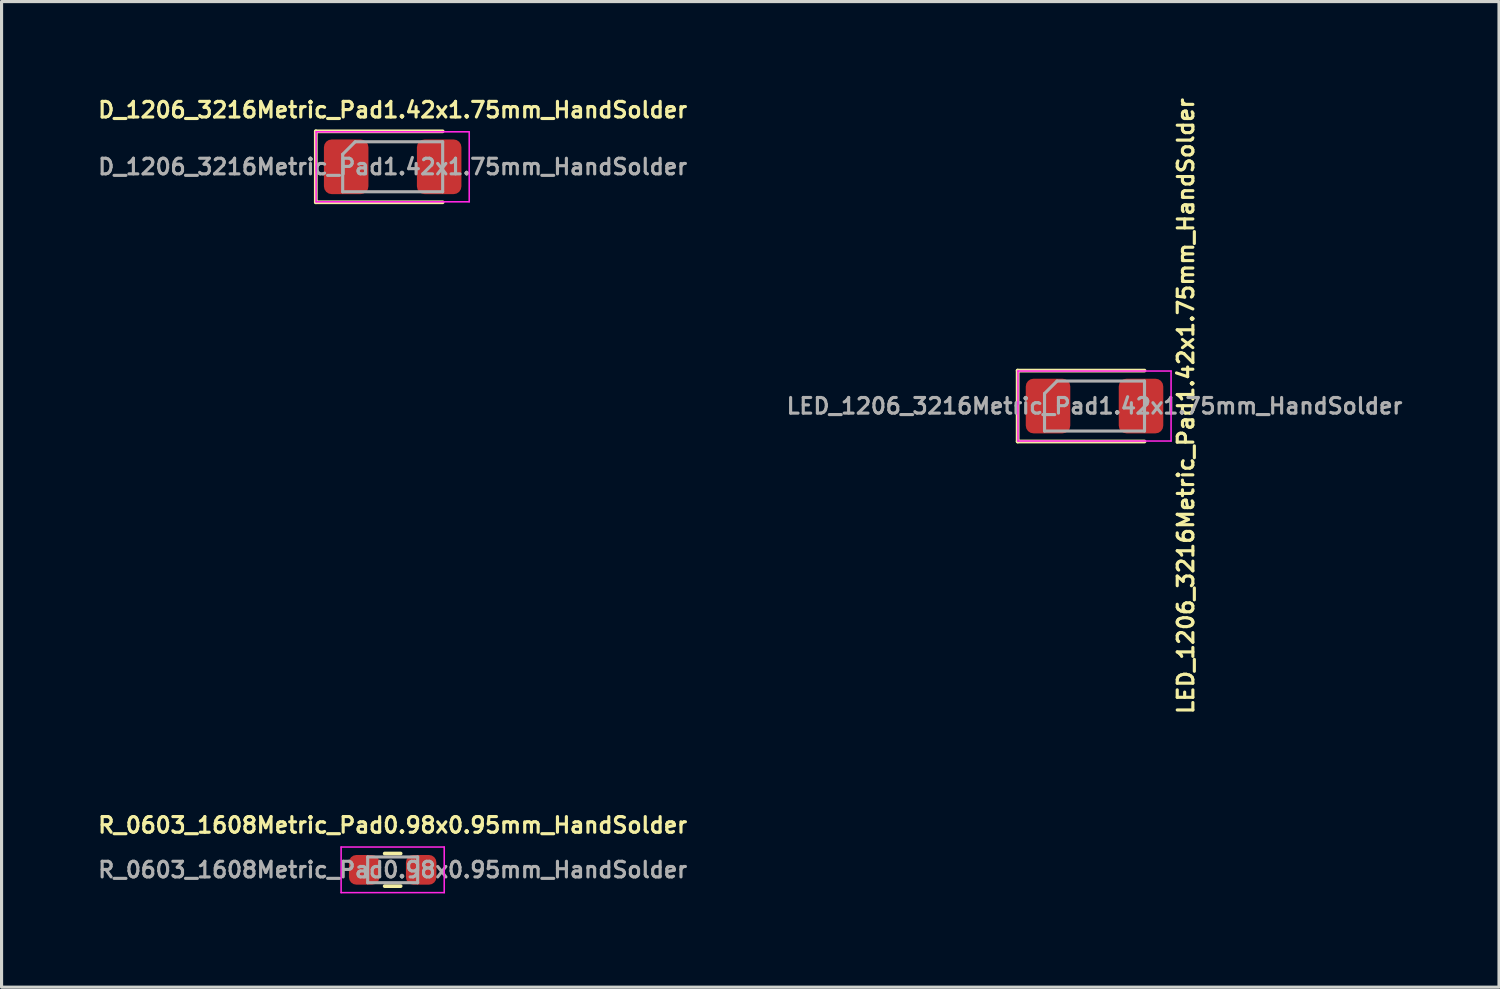
<source format=kicad_pcb>
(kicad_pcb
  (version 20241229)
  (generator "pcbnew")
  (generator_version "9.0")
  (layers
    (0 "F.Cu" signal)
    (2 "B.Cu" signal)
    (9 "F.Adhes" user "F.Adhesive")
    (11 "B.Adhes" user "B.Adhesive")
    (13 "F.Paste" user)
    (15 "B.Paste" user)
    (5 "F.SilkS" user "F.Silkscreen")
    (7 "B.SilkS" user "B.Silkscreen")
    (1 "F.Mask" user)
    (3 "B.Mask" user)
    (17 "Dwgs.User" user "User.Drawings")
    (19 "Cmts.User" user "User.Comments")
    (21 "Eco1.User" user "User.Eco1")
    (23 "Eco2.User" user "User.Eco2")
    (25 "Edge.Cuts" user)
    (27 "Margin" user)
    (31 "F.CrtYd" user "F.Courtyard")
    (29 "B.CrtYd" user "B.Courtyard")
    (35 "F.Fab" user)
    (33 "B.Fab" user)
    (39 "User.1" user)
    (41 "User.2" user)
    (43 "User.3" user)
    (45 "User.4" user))
  (footprint "D_1206_3216Metric_Pad1.42x1.75mm_HandSolder"
    (layer "F.Cu")
    (at 9.517 2.288)
    (property "Reference" "D_1206_3216Metric_Pad1.42x1.75mm_HandSolder" (at 0 -1.82 0) (layer "F.SilkS") (effects (font (size 0.5 0.5) (thickness 0.1))))
    (attr smd)
    (fp_line (start -2.46 -1.135) (end -2.46 1.135) (stroke (width 0.12) (type solid)) (layer "F.SilkS"))
    (fp_line (start -2.46 1.135) (end 1.6 1.135) (stroke (width 0.12) (type solid)) (layer "F.SilkS"))
    (fp_line (start 1.6 -1.135) (end -2.46 -1.135) (stroke (width 0.12) (type solid)) (layer "F.SilkS"))
    (fp_line (start -2.45 -1.12) (end 2.45 -1.12) (stroke (width 0.05) (type solid)) (layer "F.CrtYd"))
    (fp_line (start -2.45 1.12) (end -2.45 -1.12) (stroke (width 0.05) (type solid)) (layer "F.CrtYd"))
    (fp_line (start 2.45 -1.12) (end 2.45 1.12) (stroke (width 0.05) (type solid)) (layer "F.CrtYd"))
    (fp_line (start 2.45 1.12) (end -2.45 1.12) (stroke (width 0.05) (type solid)) (layer "F.CrtYd"))
    (fp_line (start -1.6 -0.4) (end -1.6 0.8) (stroke (width 0.1) (type solid)) (layer "F.Fab"))
    (fp_line (start -1.6 0.8) (end 1.6 0.8) (stroke (width 0.1) (type solid)) (layer "F.Fab"))
    (fp_line (start -1.2 -0.8) (end -1.6 -0.4) (stroke (width 0.1) (type solid)) (layer "F.Fab"))
    (fp_line (start 1.6 -0.8) (end -1.2 -0.8) (stroke (width 0.1) (type solid)) (layer "F.Fab"))
    (fp_line (start 1.6 0.8) (end 1.6 -0.8) (stroke (width 0.1) (type solid)) (layer "F.Fab"))
    (fp_text user "${REFERENCE}" (at 0 0 0) (layer "F.Fab") (effects (font (size 0.5 0.5) (thickness 0.1))))
    (pad "1" smd roundrect (at -1.488 0) (size 1.425 1.75) (layers "F.Cu" "F.Mask" "F.Paste") (roundrect_rratio 0.175))
    (pad "2" smd roundrect (at 1.488 0) (size 1.425 1.75) (layers "F.Cu" "F.Mask" "F.Paste") (roundrect_rratio 0.175)))
  (footprint "LED_1206_3216Metric_Pad1.42x1.75mm_HandSolder"
    (layer "F.Cu")
    (at 31.979 9.945)
    (property "Reference" "LED_1206_3216Metric_Pad1.42x1.75mm_HandSolder" (at 2.921 0 90) (layer "F.SilkS") (effects (font (size 0.5 0.5) (thickness 0.1))))
    (attr smd)
    (fp_line (start -2.46 -1.135) (end -2.46 1.135) (stroke (width 0.12) (type solid)) (layer "F.SilkS"))
    (fp_line (start -2.46 1.135) (end 1.6 1.135) (stroke (width 0.12) (type solid)) (layer "F.SilkS"))
    (fp_line (start 1.6 -1.135) (end -2.46 -1.135) (stroke (width 0.12) (type solid)) (layer "F.SilkS"))
    (fp_line (start -2.45 -1.12) (end 2.45 -1.12) (stroke (width 0.05) (type solid)) (layer "F.CrtYd"))
    (fp_line (start -2.45 1.12) (end -2.45 -1.12) (stroke (width 0.05) (type solid)) (layer "F.CrtYd"))
    (fp_line (start 2.45 -1.12) (end 2.45 1.12) (stroke (width 0.05) (type solid)) (layer "F.CrtYd"))
    (fp_line (start 2.45 1.12) (end -2.45 1.12) (stroke (width 0.05) (type solid)) (layer "F.CrtYd"))
    (fp_line (start -1.6 -0.4) (end -1.6 0.8) (stroke (width 0.1) (type solid)) (layer "F.Fab"))
    (fp_line (start -1.6 0.8) (end 1.6 0.8) (stroke (width 0.1) (type solid)) (layer "F.Fab"))
    (fp_line (start -1.2 -0.8) (end -1.6 -0.4) (stroke (width 0.1) (type solid)) (layer "F.Fab"))
    (fp_line (start 1.6 -0.8) (end -1.2 -0.8) (stroke (width 0.1) (type solid)) (layer "F.Fab"))
    (fp_line (start 1.6 0.8) (end 1.6 -0.8) (stroke (width 0.1) (type solid)) (layer "F.Fab"))
    (fp_text user "${REFERENCE}" (at 0 0 0) (layer "F.Fab") (effects (font (size 0.5 0.5) (thickness 0.1))))
    (pad "1" smd roundrect (at -1.488 0) (size 1.425 1.75) (layers "F.Cu" "F.Mask" "F.Paste") (roundrect_rratio 0.175))
    (pad "2" smd roundrect (at 1.488 0) (size 1.425 1.75) (layers "F.Cu" "F.Mask" "F.Paste") (roundrect_rratio 0.175)))
  (footprint "R_0603_1608Metric_Pad0.98x0.95mm_HandSolder"
    (layer "F.Cu")
    (at 9.517 24.788)
    (property "Reference" "R_0603_1608Metric_Pad0.98x0.95mm_HandSolder" (at 0 -1.43 0) (layer "F.SilkS") (effects (font (size 0.5 0.5) (thickness 0.1))))
    (attr smd)
    (fp_line (start -0.255 -0.522) (end 0.255 -0.522) (stroke (width 0.12) (type solid)) (layer "F.SilkS"))
    (fp_line (start -0.255 0.522) (end 0.255 0.522) (stroke (width 0.12) (type solid)) (layer "F.SilkS"))
    (fp_line (start -1.65 -0.73) (end 1.65 -0.73) (stroke (width 0.05) (type solid)) (layer "F.CrtYd"))
    (fp_line (start -1.65 0.73) (end -1.65 -0.73) (stroke (width 0.05) (type solid)) (layer "F.CrtYd"))
    (fp_line (start 1.65 -0.73) (end 1.65 0.73) (stroke (width 0.05) (type solid)) (layer "F.CrtYd"))
    (fp_line (start 1.65 0.73) (end -1.65 0.73) (stroke (width 0.05) (type solid)) (layer "F.CrtYd"))
    (fp_line (start -0.8 -0.412) (end 0.8 -0.412) (stroke (width 0.1) (type solid)) (layer "F.Fab"))
    (fp_line (start -0.8 0.412) (end -0.8 -0.412) (stroke (width 0.1) (type solid)) (layer "F.Fab"))
    (fp_line (start 0.8 -0.412) (end 0.8 0.412) (stroke (width 0.1) (type solid)) (layer "F.Fab"))
    (fp_line (start 0.8 0.412) (end -0.8 0.412) (stroke (width 0.1) (type solid)) (layer "F.Fab"))
    (fp_text user "${REFERENCE}" (at 0 0 0) (layer "F.Fab") (effects (font (size 0.5 0.5) (thickness 0.1))))
    (pad "1" smd roundrect (at -0.912 0) (size 0.975 0.95) (layers "F.Cu" "F.Mask" "F.Paste") (roundrect_rratio 0.25))
    (pad "2" smd roundrect (at 0.912 0) (size 0.975 0.95) (layers "F.Cu" "F.Mask" "F.Paste") (roundrect_rratio 0.25)))
  (gr_rect
    (start -3 -3)
    (end 44.924 28.543)
    (stroke (width 0.1) (type default))
    (fill no)
    (layer "Edge.Cuts")))
</source>
